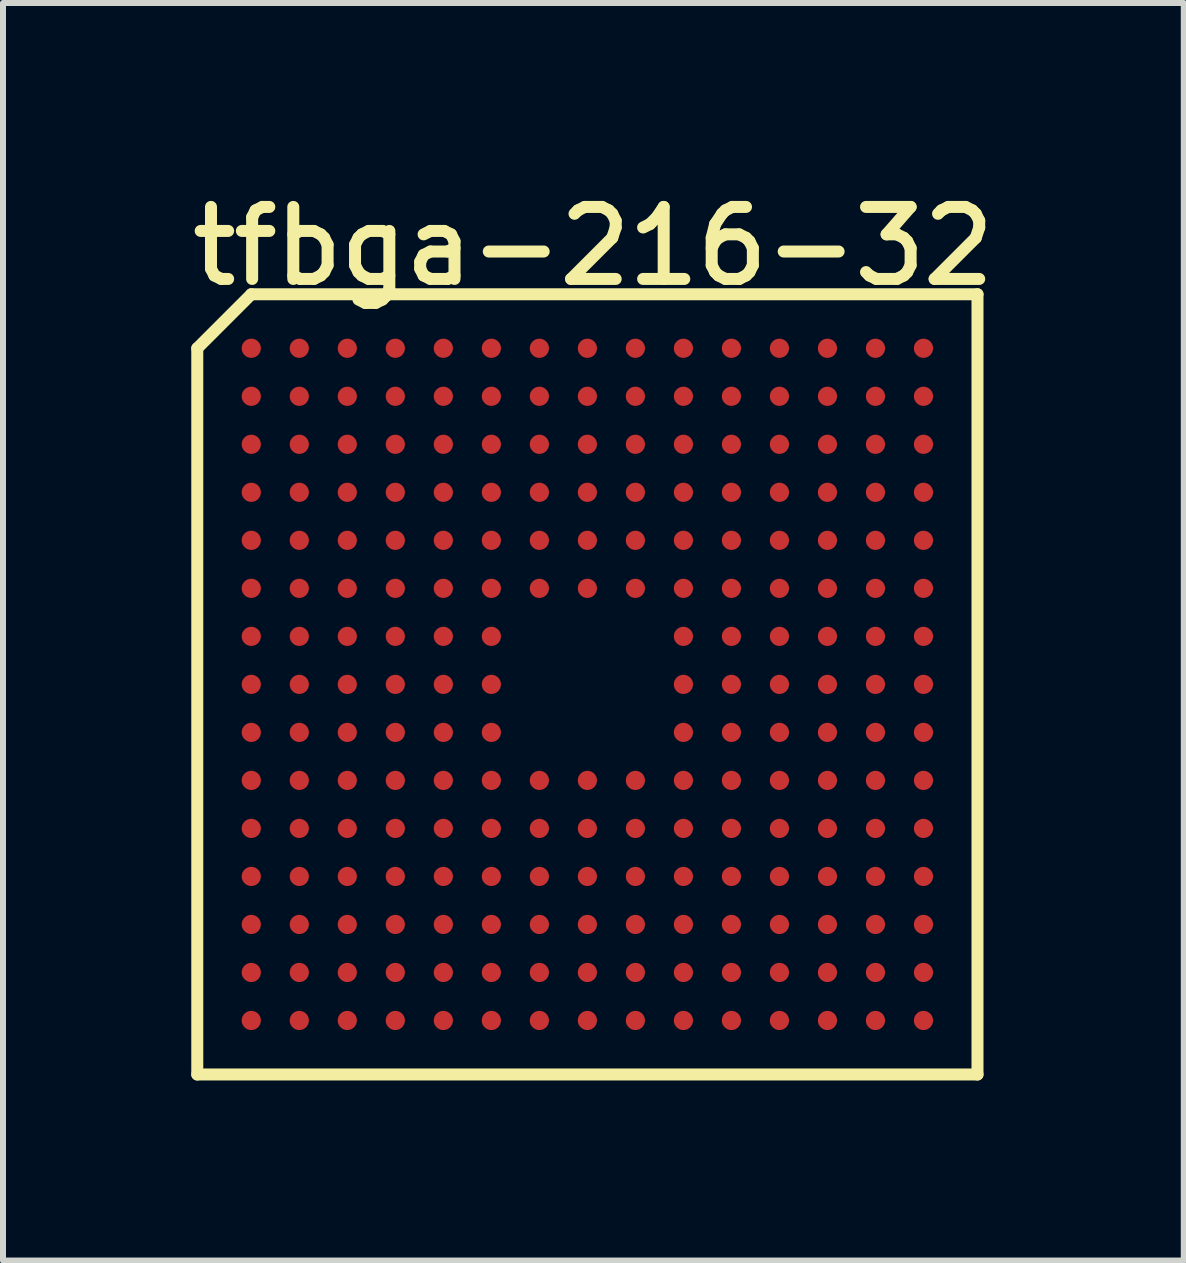
<source format=kicad_pcb>
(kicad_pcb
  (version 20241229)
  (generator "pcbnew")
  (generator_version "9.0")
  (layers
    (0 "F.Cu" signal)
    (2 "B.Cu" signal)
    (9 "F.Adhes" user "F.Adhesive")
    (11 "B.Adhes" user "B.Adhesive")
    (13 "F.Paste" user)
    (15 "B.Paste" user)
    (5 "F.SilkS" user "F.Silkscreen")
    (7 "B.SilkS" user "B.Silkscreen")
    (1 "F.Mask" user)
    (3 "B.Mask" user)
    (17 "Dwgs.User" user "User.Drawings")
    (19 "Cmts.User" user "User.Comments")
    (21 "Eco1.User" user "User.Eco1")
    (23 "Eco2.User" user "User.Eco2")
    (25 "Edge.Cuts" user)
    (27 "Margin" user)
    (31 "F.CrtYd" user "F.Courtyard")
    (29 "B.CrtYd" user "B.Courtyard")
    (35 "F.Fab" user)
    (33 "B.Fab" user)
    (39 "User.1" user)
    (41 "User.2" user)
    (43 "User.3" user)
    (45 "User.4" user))
  (footprint "tfbga-216-32"
    (layer "F.Cu")
    (at 6.737 8.353)
    (property "Reference" "tfbga-216-32" (at 0.1 -7.3 0) (layer "F.SilkS") (effects (font (size 1.2 1.2) (thickness 0.2))))
    (attr through_hole)
    (fp_line (start -6.5 -5.6) (end -6.5 6.5) (stroke (width 0.2) (type solid)) (layer "F.SilkS"))
    (fp_line (start -6.5 6.5) (end 6.5 6.5) (stroke (width 0.2) (type solid)) (layer "F.SilkS"))
    (fp_line (start -5.6 -6.5) (end -6.5 -5.6) (stroke (width 0.2) (type solid)) (layer "F.SilkS"))
    (fp_line (start 6.5 -6.5) (end -5.6 -6.5) (stroke (width 0.2) (type solid)) (layer "F.SilkS"))
    (fp_line (start 6.5 6.5) (end 6.5 -6.5) (stroke (width 0.2) (type solid)) (layer "F.SilkS"))
    (pad "A1" smd circle (at -5.6 -5.6) (size 0.32 0.32) (layers "F.Cu" "F.Mask" "F.Paste"))
    (pad "A2" smd circle (at -4.8 -5.6) (size 0.32 0.32) (layers "F.Cu" "F.Mask" "F.Paste"))
    (pad "A3" smd circle (at -4 -5.6) (size 0.32 0.32) (layers "F.Cu" "F.Mask" "F.Paste"))
    (pad "A4" smd circle (at -3.2 -5.6) (size 0.32 0.32) (layers "F.Cu" "F.Mask" "F.Paste"))
    (pad "A5" smd circle (at -2.4 -5.6) (size 0.32 0.32) (layers "F.Cu" "F.Mask" "F.Paste"))
    (pad "A6" smd circle (at -1.6 -5.6) (size 0.32 0.32) (layers "F.Cu" "F.Mask" "F.Paste"))
    (pad "A7" smd circle (at -0.8 -5.6) (size 0.32 0.32) (layers "F.Cu" "F.Mask" "F.Paste"))
    (pad "A8" smd circle (at 0 -5.6) (size 0.32 0.32) (layers "F.Cu" "F.Mask" "F.Paste"))
    (pad "A9" smd circle (at 0.8 -5.6) (size 0.32 0.32) (layers "F.Cu" "F.Mask" "F.Paste"))
    (pad "A10" smd circle (at 1.6 -5.6) (size 0.32 0.32) (layers "F.Cu" "F.Mask" "F.Paste"))
    (pad "A11" smd circle (at 2.4 -5.6) (size 0.32 0.32) (layers "F.Cu" "F.Mask" "F.Paste"))
    (pad "A12" smd circle (at 3.2 -5.6) (size 0.32 0.32) (layers "F.Cu" "F.Mask" "F.Paste"))
    (pad "A13" smd circle (at 4 -5.6) (size 0.32 0.32) (layers "F.Cu" "F.Mask" "F.Paste"))
    (pad "A14" smd circle (at 4.8 -5.6) (size 0.32 0.32) (layers "F.Cu" "F.Mask" "F.Paste"))
    (pad "A15" smd circle (at 5.6 -5.6) (size 0.32 0.32) (layers "F.Cu" "F.Mask" "F.Paste"))
    (pad "B1" smd circle (at -5.6 -4.8) (size 0.32 0.32) (layers "F.Cu" "F.Mask" "F.Paste"))
    (pad "B2" smd circle (at -4.8 -4.8) (size 0.32 0.32) (layers "F.Cu" "F.Mask" "F.Paste"))
    (pad "B3" smd circle (at -4 -4.8) (size 0.32 0.32) (layers "F.Cu" "F.Mask" "F.Paste"))
    (pad "B4" smd circle (at -3.2 -4.8) (size 0.32 0.32) (layers "F.Cu" "F.Mask" "F.Paste"))
    (pad "B5" smd circle (at -2.4 -4.8) (size 0.32 0.32) (layers "F.Cu" "F.Mask" "F.Paste"))
    (pad "B6" smd circle (at -1.6 -4.8) (size 0.32 0.32) (layers "F.Cu" "F.Mask" "F.Paste"))
    (pad "B7" smd circle (at -0.8 -4.8) (size 0.32 0.32) (layers "F.Cu" "F.Mask" "F.Paste"))
    (pad "B8" smd circle (at 0 -4.8) (size 0.32 0.32) (layers "F.Cu" "F.Mask" "F.Paste"))
    (pad "B9" smd circle (at 0.8 -4.8) (size 0.32 0.32) (layers "F.Cu" "F.Mask" "F.Paste"))
    (pad "B10" smd circle (at 1.6 -4.8) (size 0.32 0.32) (layers "F.Cu" "F.Mask" "F.Paste"))
    (pad "B11" smd circle (at 2.4 -4.8) (size 0.32 0.32) (layers "F.Cu" "F.Mask" "F.Paste"))
    (pad "B12" smd circle (at 3.2 -4.8) (size 0.32 0.32) (layers "F.Cu" "F.Mask" "F.Paste"))
    (pad "B13" smd circle (at 4 -4.8) (size 0.32 0.32) (layers "F.Cu" "F.Mask" "F.Paste"))
    (pad "B14" smd circle (at 4.8 -4.8) (size 0.32 0.32) (layers "F.Cu" "F.Mask" "F.Paste"))
    (pad "B15" smd circle (at 5.6 -4.8) (size 0.32 0.32) (layers "F.Cu" "F.Mask" "F.Paste"))
    (pad "C1" smd circle (at -5.6 -4) (size 0.32 0.32) (layers "F.Cu" "F.Mask" "F.Paste"))
    (pad "C2" smd circle (at -4.8 -4) (size 0.32 0.32) (layers "F.Cu" "F.Mask" "F.Paste"))
    (pad "C3" smd circle (at -4 -4) (size 0.32 0.32) (layers "F.Cu" "F.Mask" "F.Paste"))
    (pad "C4" smd circle (at -3.2 -4) (size 0.32 0.32) (layers "F.Cu" "F.Mask" "F.Paste"))
    (pad "C5" smd circle (at -2.4 -4) (size 0.32 0.32) (layers "F.Cu" "F.Mask" "F.Paste"))
    (pad "C6" smd circle (at -1.6 -4) (size 0.32 0.32) (layers "F.Cu" "F.Mask" "F.Paste"))
    (pad "C7" smd circle (at -0.8 -4) (size 0.32 0.32) (layers "F.Cu" "F.Mask" "F.Paste"))
    (pad "C8" smd circle (at 0 -4) (size 0.32 0.32) (layers "F.Cu" "F.Mask" "F.Paste"))
    (pad "C9" smd circle (at 0.8 -4) (size 0.32 0.32) (layers "F.Cu" "F.Mask" "F.Paste"))
    (pad "C10" smd circle (at 1.6 -4) (size 0.32 0.32) (layers "F.Cu" "F.Mask" "F.Paste"))
    (pad "C11" smd circle (at 2.4 -4) (size 0.32 0.32) (layers "F.Cu" "F.Mask" "F.Paste"))
    (pad "C12" smd circle (at 3.2 -4) (size 0.32 0.32) (layers "F.Cu" "F.Mask" "F.Paste"))
    (pad "C13" smd circle (at 4 -4) (size 0.32 0.32) (layers "F.Cu" "F.Mask" "F.Paste"))
    (pad "C14" smd circle (at 4.8 -4) (size 0.32 0.32) (layers "F.Cu" "F.Mask" "F.Paste"))
    (pad "C15" smd circle (at 5.6 -4) (size 0.32 0.32) (layers "F.Cu" "F.Mask" "F.Paste"))
    (pad "D1" smd circle (at -5.6 -3.2) (size 0.32 0.32) (layers "F.Cu" "F.Mask" "F.Paste"))
    (pad "D2" smd circle (at -4.8 -3.2) (size 0.32 0.32) (layers "F.Cu" "F.Mask" "F.Paste"))
    (pad "D3" smd circle (at -4 -3.2) (size 0.32 0.32) (layers "F.Cu" "F.Mask" "F.Paste"))
    (pad "D4" smd circle (at -3.2 -3.2) (size 0.32 0.32) (layers "F.Cu" "F.Mask" "F.Paste"))
    (pad "D5" smd circle (at -2.4 -3.2) (size 0.32 0.32) (layers "F.Cu" "F.Mask" "F.Paste"))
    (pad "D6" smd circle (at -1.6 -3.2) (size 0.32 0.32) (layers "F.Cu" "F.Mask" "F.Paste"))
    (pad "D7" smd circle (at -0.8 -3.2) (size 0.32 0.32) (layers "F.Cu" "F.Mask" "F.Paste"))
    (pad "D8" smd circle (at 0 -3.2) (size 0.32 0.32) (layers "F.Cu" "F.Mask" "F.Paste"))
    (pad "D9" smd circle (at 0.8 -3.2) (size 0.32 0.32) (layers "F.Cu" "F.Mask" "F.Paste"))
    (pad "D10" smd circle (at 1.6 -3.2) (size 0.32 0.32) (layers "F.Cu" "F.Mask" "F.Paste"))
    (pad "D11" smd circle (at 2.4 -3.2) (size 0.32 0.32) (layers "F.Cu" "F.Mask" "F.Paste"))
    (pad "D12" smd circle (at 3.2 -3.2) (size 0.32 0.32) (layers "F.Cu" "F.Mask" "F.Paste"))
    (pad "D13" smd circle (at 4 -3.2) (size 0.32 0.32) (layers "F.Cu" "F.Mask" "F.Paste"))
    (pad "D14" smd circle (at 4.8 -3.2) (size 0.32 0.32) (layers "F.Cu" "F.Mask" "F.Paste"))
    (pad "D15" smd circle (at 5.6 -3.2) (size 0.32 0.32) (layers "F.Cu" "F.Mask" "F.Paste"))
    (pad "E1" smd circle (at -5.6 -2.4) (size 0.32 0.32) (layers "F.Cu" "F.Mask" "F.Paste"))
    (pad "E2" smd circle (at -4.8 -2.4) (size 0.32 0.32) (layers "F.Cu" "F.Mask" "F.Paste"))
    (pad "E3" smd circle (at -4 -2.4) (size 0.32 0.32) (layers "F.Cu" "F.Mask" "F.Paste"))
    (pad "E4" smd circle (at -3.2 -2.4) (size 0.32 0.32) (layers "F.Cu" "F.Mask" "F.Paste"))
    (pad "E5" smd circle (at -2.4 -2.4) (size 0.32 0.32) (layers "F.Cu" "F.Mask" "F.Paste"))
    (pad "E6" smd circle (at -1.6 -2.4) (size 0.32 0.32) (layers "F.Cu" "F.Mask" "F.Paste"))
    (pad "E7" smd circle (at -0.8 -2.4) (size 0.32 0.32) (layers "F.Cu" "F.Mask" "F.Paste"))
    (pad "E8" smd circle (at 0 -2.4) (size 0.32 0.32) (layers "F.Cu" "F.Mask" "F.Paste"))
    (pad "E9" smd circle (at 0.8 -2.4) (size 0.32 0.32) (layers "F.Cu" "F.Mask" "F.Paste"))
    (pad "E10" smd circle (at 1.6 -2.4) (size 0.32 0.32) (layers "F.Cu" "F.Mask" "F.Paste"))
    (pad "E11" smd circle (at 2.4 -2.4) (size 0.32 0.32) (layers "F.Cu" "F.Mask" "F.Paste"))
    (pad "E12" smd circle (at 3.2 -2.4) (size 0.32 0.32) (layers "F.Cu" "F.Mask" "F.Paste"))
    (pad "E13" smd circle (at 4 -2.4) (size 0.32 0.32) (layers "F.Cu" "F.Mask" "F.Paste"))
    (pad "E14" smd circle (at 4.8 -2.4) (size 0.32 0.32) (layers "F.Cu" "F.Mask" "F.Paste"))
    (pad "E15" smd circle (at 5.6 -2.4) (size 0.32 0.32) (layers "F.Cu" "F.Mask" "F.Paste"))
    (pad "F1" smd circle (at -5.6 -1.6) (size 0.32 0.32) (layers "F.Cu" "F.Mask" "F.Paste"))
    (pad "F2" smd circle (at -4.8 -1.6) (size 0.32 0.32) (layers "F.Cu" "F.Mask" "F.Paste"))
    (pad "F3" smd circle (at -4 -1.6) (size 0.32 0.32) (layers "F.Cu" "F.Mask" "F.Paste"))
    (pad "F4" smd circle (at -3.2 -1.6) (size 0.32 0.32) (layers "F.Cu" "F.Mask" "F.Paste"))
    (pad "F5" smd circle (at -2.4 -1.6) (size 0.32 0.32) (layers "F.Cu" "F.Mask" "F.Paste"))
    (pad "F6" smd circle (at -1.6 -1.6) (size 0.32 0.32) (layers "F.Cu" "F.Mask" "F.Paste"))
    (pad "F7" smd circle (at -0.8 -1.6) (size 0.32 0.32) (layers "F.Cu" "F.Mask" "F.Paste"))
    (pad "F8" smd circle (at 0 -1.6) (size 0.32 0.32) (layers "F.Cu" "F.Mask" "F.Paste"))
    (pad "F9" smd circle (at 0.8 -1.6) (size 0.32 0.32) (layers "F.Cu" "F.Mask" "F.Paste"))
    (pad "F10" smd circle (at 1.6 -1.6) (size 0.32 0.32) (layers "F.Cu" "F.Mask" "F.Paste"))
    (pad "F11" smd circle (at 2.4 -1.6) (size 0.32 0.32) (layers "F.Cu" "F.Mask" "F.Paste"))
    (pad "F12" smd circle (at 3.2 -1.6) (size 0.32 0.32) (layers "F.Cu" "F.Mask" "F.Paste"))
    (pad "F13" smd circle (at 4 -1.6) (size 0.32 0.32) (layers "F.Cu" "F.Mask" "F.Paste"))
    (pad "F14" smd circle (at 4.8 -1.6) (size 0.32 0.32) (layers "F.Cu" "F.Mask" "F.Paste"))
    (pad "F15" smd circle (at 5.6 -1.6) (size 0.32 0.32) (layers "F.Cu" "F.Mask" "F.Paste"))
    (pad "G1" smd circle (at -5.6 -0.8) (size 0.32 0.32) (layers "F.Cu" "F.Mask" "F.Paste"))
    (pad "G2" smd circle (at -4.8 -0.8) (size 0.32 0.32) (layers "F.Cu" "F.Mask" "F.Paste"))
    (pad "G3" smd circle (at -4 -0.8) (size 0.32 0.32) (layers "F.Cu" "F.Mask" "F.Paste"))
    (pad "G4" smd circle (at -3.2 -0.8) (size 0.32 0.32) (layers "F.Cu" "F.Mask" "F.Paste"))
    (pad "G5" smd circle (at -2.4 -0.8) (size 0.32 0.32) (layers "F.Cu" "F.Mask" "F.Paste"))
    (pad "G6" smd circle (at -1.6 -0.8) (size 0.32 0.32) (layers "F.Cu" "F.Mask" "F.Paste"))
    (pad "G10" smd circle (at 1.6 -0.8) (size 0.32 0.32) (layers "F.Cu" "F.Mask" "F.Paste"))
    (pad "G11" smd circle (at 2.4 -0.8) (size 0.32 0.32) (layers "F.Cu" "F.Mask" "F.Paste"))
    (pad "G12" smd circle (at 3.2 -0.8) (size 0.32 0.32) (layers "F.Cu" "F.Mask" "F.Paste"))
    (pad "G13" smd circle (at 4 -0.8) (size 0.32 0.32) (layers "F.Cu" "F.Mask" "F.Paste"))
    (pad "G14" smd circle (at 4.8 -0.8) (size 0.32 0.32) (layers "F.Cu" "F.Mask" "F.Paste"))
    (pad "G15" smd circle (at 5.6 -0.8) (size 0.32 0.32) (layers "F.Cu" "F.Mask" "F.Paste"))
    (pad "H1" smd circle (at -5.6 0) (size 0.32 0.32) (layers "F.Cu" "F.Mask" "F.Paste"))
    (pad "H2" smd circle (at -4.8 0) (size 0.32 0.32) (layers "F.Cu" "F.Mask" "F.Paste"))
    (pad "H3" smd circle (at -4 0) (size 0.32 0.32) (layers "F.Cu" "F.Mask" "F.Paste"))
    (pad "H4" smd circle (at -3.2 0) (size 0.32 0.32) (layers "F.Cu" "F.Mask" "F.Paste"))
    (pad "H5" smd circle (at -2.4 0) (size 0.32 0.32) (layers "F.Cu" "F.Mask" "F.Paste"))
    (pad "H6" smd circle (at -1.6 0) (size 0.32 0.32) (layers "F.Cu" "F.Mask" "F.Paste"))
    (pad "H10" smd circle (at 1.6 0) (size 0.32 0.32) (layers "F.Cu" "F.Mask" "F.Paste"))
    (pad "H11" smd circle (at 2.4 0) (size 0.32 0.32) (layers "F.Cu" "F.Mask" "F.Paste"))
    (pad "H12" smd circle (at 3.2 0) (size 0.32 0.32) (layers "F.Cu" "F.Mask" "F.Paste"))
    (pad "H13" smd circle (at 4 0) (size 0.32 0.32) (layers "F.Cu" "F.Mask" "F.Paste"))
    (pad "H14" smd circle (at 4.8 0) (size 0.32 0.32) (layers "F.Cu" "F.Mask" "F.Paste"))
    (pad "H15" smd circle (at 5.6 0) (size 0.32 0.32) (layers "F.Cu" "F.Mask" "F.Paste"))
    (pad "J1" smd circle (at -5.6 0.8) (size 0.32 0.32) (layers "F.Cu" "F.Mask" "F.Paste"))
    (pad "J2" smd circle (at -4.8 0.8) (size 0.32 0.32) (layers "F.Cu" "F.Mask" "F.Paste"))
    (pad "J3" smd circle (at -4 0.8) (size 0.32 0.32) (layers "F.Cu" "F.Mask" "F.Paste"))
    (pad "J4" smd circle (at -3.2 0.8) (size 0.32 0.32) (layers "F.Cu" "F.Mask" "F.Paste"))
    (pad "J5" smd circle (at -2.4 0.8) (size 0.32 0.32) (layers "F.Cu" "F.Mask" "F.Paste"))
    (pad "J6" smd circle (at -1.6 0.8) (size 0.32 0.32) (layers "F.Cu" "F.Mask" "F.Paste"))
    (pad "J10" smd circle (at 1.6 0.8) (size 0.32 0.32) (layers "F.Cu" "F.Mask" "F.Paste"))
    (pad "J11" smd circle (at 2.4 0.8) (size 0.32 0.32) (layers "F.Cu" "F.Mask" "F.Paste"))
    (pad "J12" smd circle (at 3.2 0.8) (size 0.32 0.32) (layers "F.Cu" "F.Mask" "F.Paste"))
    (pad "J13" smd circle (at 4 0.8) (size 0.32 0.32) (layers "F.Cu" "F.Mask" "F.Paste"))
    (pad "J14" smd circle (at 4.8 0.8) (size 0.32 0.32) (layers "F.Cu" "F.Mask" "F.Paste"))
    (pad "J15" smd circle (at 5.6 0.8) (size 0.32 0.32) (layers "F.Cu" "F.Mask" "F.Paste"))
    (pad "K1" smd circle (at -5.6 1.6) (size 0.32 0.32) (layers "F.Cu" "F.Mask" "F.Paste"))
    (pad "K2" smd circle (at -4.8 1.6) (size 0.32 0.32) (layers "F.Cu" "F.Mask" "F.Paste"))
    (pad "K3" smd circle (at -4 1.6) (size 0.32 0.32) (layers "F.Cu" "F.Mask" "F.Paste"))
    (pad "K4" smd circle (at -3.2 1.6) (size 0.32 0.32) (layers "F.Cu" "F.Mask" "F.Paste"))
    (pad "K5" smd circle (at -2.4 1.6) (size 0.32 0.32) (layers "F.Cu" "F.Mask" "F.Paste"))
    (pad "K6" smd circle (at -1.6 1.6) (size 0.32 0.32) (layers "F.Cu" "F.Mask" "F.Paste"))
    (pad "K7" smd circle (at -0.8 1.6) (size 0.32 0.32) (layers "F.Cu" "F.Mask" "F.Paste"))
    (pad "K8" smd circle (at 0 1.6) (size 0.32 0.32) (layers "F.Cu" "F.Mask" "F.Paste"))
    (pad "K9" smd circle (at 0.8 1.6) (size 0.32 0.32) (layers "F.Cu" "F.Mask" "F.Paste"))
    (pad "K10" smd circle (at 1.6 1.6) (size 0.32 0.32) (layers "F.Cu" "F.Mask" "F.Paste"))
    (pad "K11" smd circle (at 2.4 1.6) (size 0.32 0.32) (layers "F.Cu" "F.Mask" "F.Paste"))
    (pad "K12" smd circle (at 3.2 1.6) (size 0.32 0.32) (layers "F.Cu" "F.Mask" "F.Paste"))
    (pad "K13" smd circle (at 4 1.6) (size 0.32 0.32) (layers "F.Cu" "F.Mask" "F.Paste"))
    (pad "K14" smd circle (at 4.8 1.6) (size 0.32 0.32) (layers "F.Cu" "F.Mask" "F.Paste"))
    (pad "K15" smd circle (at 5.6 1.6) (size 0.32 0.32) (layers "F.Cu" "F.Mask" "F.Paste"))
    (pad "L1" smd circle (at -5.6 2.4) (size 0.32 0.32) (layers "F.Cu" "F.Mask" "F.Paste"))
    (pad "L2" smd circle (at -4.8 2.4) (size 0.32 0.32) (layers "F.Cu" "F.Mask" "F.Paste"))
    (pad "L3" smd circle (at -4 2.4) (size 0.32 0.32) (layers "F.Cu" "F.Mask" "F.Paste"))
    (pad "L4" smd circle (at -3.2 2.4) (size 0.32 0.32) (layers "F.Cu" "F.Mask" "F.Paste"))
    (pad "L5" smd circle (at -2.4 2.4) (size 0.32 0.32) (layers "F.Cu" "F.Mask" "F.Paste"))
    (pad "L6" smd circle (at -1.6 2.4) (size 0.32 0.32) (layers "F.Cu" "F.Mask" "F.Paste"))
    (pad "L7" smd circle (at -0.8 2.4) (size 0.32 0.32) (layers "F.Cu" "F.Mask" "F.Paste"))
    (pad "L8" smd circle (at 0 2.4) (size 0.32 0.32) (layers "F.Cu" "F.Mask" "F.Paste"))
    (pad "L9" smd circle (at 0.8 2.4) (size 0.32 0.32) (layers "F.Cu" "F.Mask" "F.Paste"))
    (pad "L10" smd circle (at 1.6 2.4) (size 0.32 0.32) (layers "F.Cu" "F.Mask" "F.Paste"))
    (pad "L11" smd circle (at 2.4 2.4) (size 0.32 0.32) (layers "F.Cu" "F.Mask" "F.Paste"))
    (pad "L12" smd circle (at 3.2 2.4) (size 0.32 0.32) (layers "F.Cu" "F.Mask" "F.Paste"))
    (pad "L13" smd circle (at 4 2.4) (size 0.32 0.32) (layers "F.Cu" "F.Mask" "F.Paste"))
    (pad "L14" smd circle (at 4.8 2.4) (size 0.32 0.32) (layers "F.Cu" "F.Mask" "F.Paste"))
    (pad "L15" smd circle (at 5.6 2.4) (size 0.32 0.32) (layers "F.Cu" "F.Mask" "F.Paste"))
    (pad "M1" smd circle (at -5.6 3.2) (size 0.32 0.32) (layers "F.Cu" "F.Mask" "F.Paste"))
    (pad "M2" smd circle (at -4.8 3.2) (size 0.32 0.32) (layers "F.Cu" "F.Mask" "F.Paste"))
    (pad "M3" smd circle (at -4 3.2) (size 0.32 0.32) (layers "F.Cu" "F.Mask" "F.Paste"))
    (pad "M4" smd circle (at -3.2 3.2) (size 0.32 0.32) (layers "F.Cu" "F.Mask" "F.Paste"))
    (pad "M5" smd circle (at -2.4 3.2) (size 0.32 0.32) (layers "F.Cu" "F.Mask" "F.Paste"))
    (pad "M6" smd circle (at -1.6 3.2) (size 0.32 0.32) (layers "F.Cu" "F.Mask" "F.Paste"))
    (pad "M7" smd circle (at -0.8 3.2) (size 0.32 0.32) (layers "F.Cu" "F.Mask" "F.Paste"))
    (pad "M8" smd circle (at 0 3.2) (size 0.32 0.32) (layers "F.Cu" "F.Mask" "F.Paste"))
    (pad "M9" smd circle (at 0.8 3.2) (size 0.32 0.32) (layers "F.Cu" "F.Mask" "F.Paste"))
    (pad "M10" smd circle (at 1.6 3.2) (size 0.32 0.32) (layers "F.Cu" "F.Mask" "F.Paste"))
    (pad "M11" smd circle (at 2.4 3.2) (size 0.32 0.32) (layers "F.Cu" "F.Mask" "F.Paste"))
    (pad "M12" smd circle (at 3.2 3.2) (size 0.32 0.32) (layers "F.Cu" "F.Mask" "F.Paste"))
    (pad "M13" smd circle (at 4 3.2) (size 0.32 0.32) (layers "F.Cu" "F.Mask" "F.Paste"))
    (pad "M14" smd circle (at 4.8 3.2) (size 0.32 0.32) (layers "F.Cu" "F.Mask" "F.Paste"))
    (pad "M15" smd circle (at 5.6 3.2) (size 0.32 0.32) (layers "F.Cu" "F.Mask" "F.Paste"))
    (pad "N1" smd circle (at -5.6 4) (size 0.32 0.32) (layers "F.Cu" "F.Mask" "F.Paste"))
    (pad "N2" smd circle (at -4.8 4) (size 0.32 0.32) (layers "F.Cu" "F.Mask" "F.Paste"))
    (pad "N3" smd circle (at -4 4) (size 0.32 0.32) (layers "F.Cu" "F.Mask" "F.Paste"))
    (pad "N4" smd circle (at -3.2 4) (size 0.32 0.32) (layers "F.Cu" "F.Mask" "F.Paste"))
    (pad "N5" smd circle (at -2.4 4) (size 0.32 0.32) (layers "F.Cu" "F.Mask" "F.Paste"))
    (pad "N6" smd circle (at -1.6 4) (size 0.32 0.32) (layers "F.Cu" "F.Mask" "F.Paste"))
    (pad "N7" smd circle (at -0.8 4) (size 0.32 0.32) (layers "F.Cu" "F.Mask" "F.Paste"))
    (pad "N8" smd circle (at 0 4) (size 0.32 0.32) (layers "F.Cu" "F.Mask" "F.Paste"))
    (pad "N9" smd circle (at 0.8 4) (size 0.32 0.32) (layers "F.Cu" "F.Mask" "F.Paste"))
    (pad "N10" smd circle (at 1.6 4) (size 0.32 0.32) (layers "F.Cu" "F.Mask" "F.Paste"))
    (pad "N11" smd circle (at 2.4 4) (size 0.32 0.32) (layers "F.Cu" "F.Mask" "F.Paste"))
    (pad "N12" smd circle (at 3.2 4) (size 0.32 0.32) (layers "F.Cu" "F.Mask" "F.Paste"))
    (pad "N13" smd circle (at 4 4) (size 0.32 0.32) (layers "F.Cu" "F.Mask" "F.Paste"))
    (pad "N14" smd circle (at 4.8 4) (size 0.32 0.32) (layers "F.Cu" "F.Mask" "F.Paste"))
    (pad "N15" smd circle (at 5.6 4) (size 0.32 0.32) (layers "F.Cu" "F.Mask" "F.Paste"))
    (pad "P1" smd circle (at -5.6 4.8) (size 0.32 0.32) (layers "F.Cu" "F.Mask" "F.Paste"))
    (pad "P2" smd circle (at -4.8 4.8) (size 0.32 0.32) (layers "F.Cu" "F.Mask" "F.Paste"))
    (pad "P3" smd circle (at -4 4.8) (size 0.32 0.32) (layers "F.Cu" "F.Mask" "F.Paste"))
    (pad "P4" smd circle (at -3.2 4.8) (size 0.32 0.32) (layers "F.Cu" "F.Mask" "F.Paste"))
    (pad "P5" smd circle (at -2.4 4.8) (size 0.32 0.32) (layers "F.Cu" "F.Mask" "F.Paste"))
    (pad "P6" smd circle (at -1.6 4.8) (size 0.32 0.32) (layers "F.Cu" "F.Mask" "F.Paste"))
    (pad "P7" smd circle (at -0.8 4.8) (size 0.32 0.32) (layers "F.Cu" "F.Mask" "F.Paste"))
    (pad "P8" smd circle (at 0 4.8) (size 0.32 0.32) (layers "F.Cu" "F.Mask" "F.Paste"))
    (pad "P9" smd circle (at 0.8 4.8) (size 0.32 0.32) (layers "F.Cu" "F.Mask" "F.Paste"))
    (pad "P10" smd circle (at 1.6 4.8) (size 0.32 0.32) (layers "F.Cu" "F.Mask" "F.Paste"))
    (pad "P11" smd circle (at 2.4 4.8) (size 0.32 0.32) (layers "F.Cu" "F.Mask" "F.Paste"))
    (pad "P12" smd circle (at 3.2 4.8) (size 0.32 0.32) (layers "F.Cu" "F.Mask" "F.Paste"))
    (pad "P13" smd circle (at 4 4.8) (size 0.32 0.32) (layers "F.Cu" "F.Mask" "F.Paste"))
    (pad "P14" smd circle (at 4.8 4.8) (size 0.32 0.32) (layers "F.Cu" "F.Mask" "F.Paste"))
    (pad "P15" smd circle (at 5.6 4.8) (size 0.32 0.32) (layers "F.Cu" "F.Mask" "F.Paste"))
    (pad "R1" smd circle (at -5.6 5.6) (size 0.32 0.32) (layers "F.Cu" "F.Mask" "F.Paste"))
    (pad "R2" smd circle (at -4.8 5.6) (size 0.32 0.32) (layers "F.Cu" "F.Mask" "F.Paste"))
    (pad "R3" smd circle (at -4 5.6) (size 0.32 0.32) (layers "F.Cu" "F.Mask" "F.Paste"))
    (pad "R4" smd circle (at -3.2 5.6) (size 0.32 0.32) (layers "F.Cu" "F.Mask" "F.Paste"))
    (pad "R5" smd circle (at -2.4 5.6) (size 0.32 0.32) (layers "F.Cu" "F.Mask" "F.Paste"))
    (pad "R6" smd circle (at -1.6 5.6) (size 0.32 0.32) (layers "F.Cu" "F.Mask" "F.Paste"))
    (pad "R7" smd circle (at -0.8 5.6) (size 0.32 0.32) (layers "F.Cu" "F.Mask" "F.Paste"))
    (pad "R8" smd circle (at 0 5.6) (size 0.32 0.32) (layers "F.Cu" "F.Mask" "F.Paste"))
    (pad "R9" smd circle (at 0.8 5.6) (size 0.32 0.32) (layers "F.Cu" "F.Mask" "F.Paste"))
    (pad "R10" smd circle (at 1.6 5.6) (size 0.32 0.32) (layers "F.Cu" "F.Mask" "F.Paste"))
    (pad "R11" smd circle (at 2.4 5.6) (size 0.32 0.32) (layers "F.Cu" "F.Mask" "F.Paste"))
    (pad "R12" smd circle (at 3.2 5.6) (size 0.32 0.32) (layers "F.Cu" "F.Mask" "F.Paste"))
    (pad "R13" smd circle (at 4 5.6) (size 0.32 0.32) (layers "F.Cu" "F.Mask" "F.Paste"))
    (pad "R14" smd circle (at 4.8 5.6) (size 0.32 0.32) (layers "F.Cu" "F.Mask" "F.Paste"))
    (pad "R15" smd circle (at 5.6 5.6) (size 0.32 0.32) (layers "F.Cu" "F.Mask" "F.Paste")))
  (gr_rect
    (start -3 -3)
    (end 16.674 17.953)
    (stroke (width 0.1) (type default))
    (fill no)
    (layer "Edge.Cuts")))
</source>
